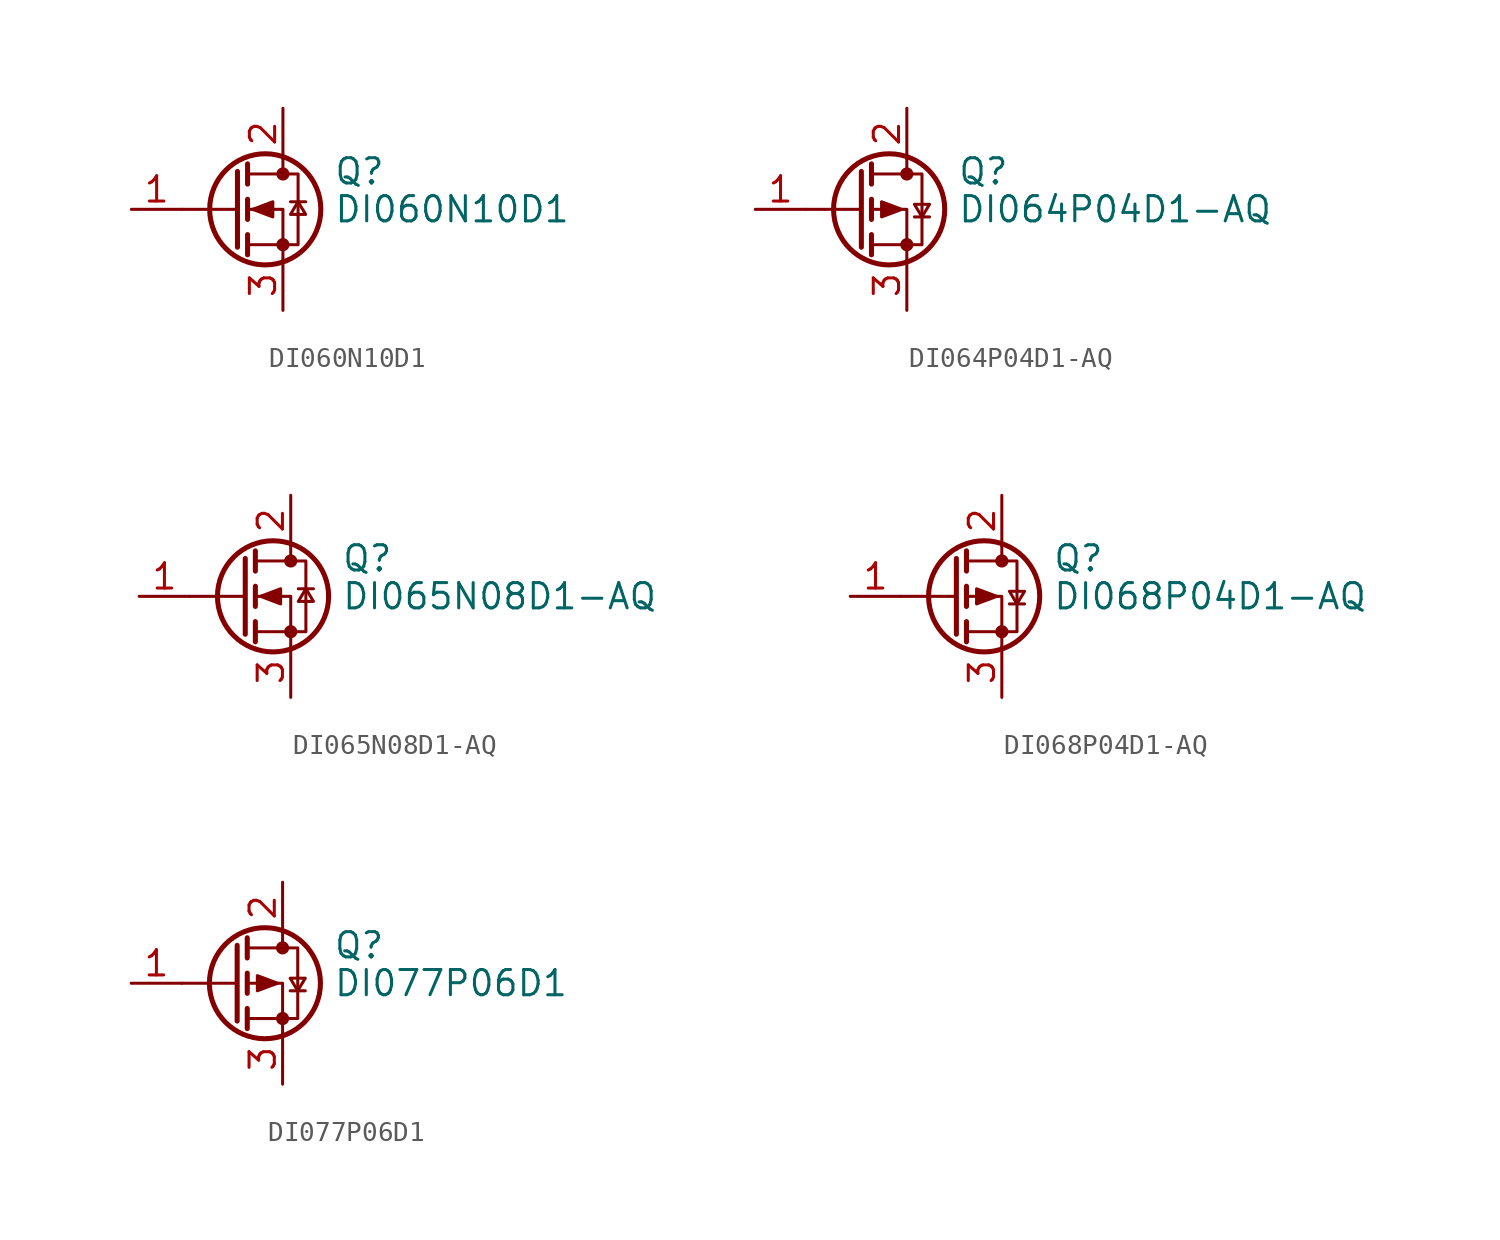
<source format=kicad_sym>
(kicad_symbol_lib
  (version 20241209)
  (generator "kicad_symbol_editor")
  (generator_version "9.0")
  (symbol "DI060N10D1"
    (pin_names
      (offset 0)
      (hide yes))
    (property "Reference" "Q"
      (at 5.08 1.905 0)
      (effects (font (size 1.27 1.27)) (justify left)))
    (property "Value" "DI060N10D1"
      (at 5.08 0 0)
      (effects (font (size 1.27 1.27)) (justify left)))
    (symbol "DI060N10D1_0_1"
      (polyline (pts (xy 0.254 1.905) (xy 0.254 -1.905)) (stroke (width 0.254) (type default)) (fill (type none)))
      (polyline (pts (xy 0.254 0) (xy -2.54 0)) (stroke (width 0) (type default)) (fill (type none)))
      (polyline (pts (xy 0.762 2.286) (xy 0.762 1.27)) (stroke (width 0.254) (type default)) (fill (type none)))
      (polyline (pts (xy 0.762 0.508) (xy 0.762 -0.508)) (stroke (width 0.254) (type default)) (fill (type none)))
      (polyline (pts (xy 0.762 -1.27) (xy 0.762 -2.286)) (stroke (width 0.254) (type default)) (fill (type none)))
      (polyline (pts (xy 0.762 -1.778) (xy 3.302 -1.778) (xy 3.302 1.778) (xy 0.762 1.778)) (stroke (width 0) (type default)) (fill (type none)))
      (polyline (pts (xy 1.016 0) (xy 2.032 0.381) (xy 2.032 -0.381) (xy 1.016 0)) (stroke (width 0) (type default)) (fill (type outline)))
      (circle (center 1.651 0) (radius 2.794) (stroke (width 0.254) (type default)) (fill (type none)))
      (polyline (pts (xy 2.54 2.54) (xy 2.54 1.778)) (stroke (width 0) (type default)) (fill (type none)))
      (circle (center 2.54 1.778) (radius 0.254) (stroke (width 0) (type default)) (fill (type outline)))
      (circle (center 2.54 -1.778) (radius 0.254) (stroke (width 0) (type default)) (fill (type outline)))
      (polyline (pts (xy 2.54 -2.54) (xy 2.54 0) (xy 0.762 0)) (stroke (width 0) (type default)) (fill (type none)))
      (polyline (pts (xy 2.921 0.381) (xy 3.683 0.381)) (stroke (width 0) (type default)) (fill (type none)))
      (polyline (pts (xy 3.302 0.381) (xy 2.921 -0.254) (xy 3.683 -0.254) (xy 3.302 0.381)) (stroke (width 0) (type default)) (fill (type none))))
    (symbol "DI060N10D1_1_1"
      (pin input line (at -5.08 0 0) (length 2.54) (name "G" (effects (font (size 1.27 1.27)))) (number "1" (effects (font (size 1.27 1.27)))))
      (pin passive line (at 2.54 5.08 270) (length 2.54) (name "D" (effects (font (size 1.27 1.27)))) (number "2" (effects (font (size 1.27 1.27)))))
      (pin passive line (at 2.54 -5.08 90) (length 2.54) (name "S" (effects (font (size 1.27 1.27)))) (number "3" (effects (font (size 1.27 1.27)))))))
  (symbol "DI064P04D1-AQ"
    (pin_names
      (offset 0)
      (hide yes))
    (property "Reference" "Q"
      (at 5.08 1.905 0)
      (effects (font (size 1.27 1.27)) (justify left)))
    (property "Value" "DI064P04D1-AQ"
      (at 5.08 0 0)
      (effects (font (size 1.27 1.27)) (justify left)))
    (symbol "DI064P04D1-AQ_0_1"
      (polyline (pts (xy 0.254 1.905) (xy 0.254 -1.905)) (stroke (width 0.254) (type default)) (fill (type none)))
      (polyline (pts (xy 0.254 0) (xy -2.54 0)) (stroke (width 0) (type default)) (fill (type none)))
      (polyline (pts (xy 0.762 2.286) (xy 0.762 1.27)) (stroke (width 0.254) (type default)) (fill (type none)))
      (polyline (pts (xy 0.762 1.778) (xy 3.302 1.778) (xy 3.302 -1.778) (xy 0.762 -1.778)) (stroke (width 0) (type default)) (fill (type none)))
      (polyline (pts (xy 0.762 0.508) (xy 0.762 -0.508)) (stroke (width 0.254) (type default)) (fill (type none)))
      (polyline (pts (xy 0.762 -1.27) (xy 0.762 -2.286)) (stroke (width 0.254) (type default)) (fill (type none)))
      (circle (center 1.651 0) (radius 2.794) (stroke (width 0.254) (type default)) (fill (type none)))
      (polyline (pts (xy 2.286 0) (xy 1.27 0.381) (xy 1.27 -0.381) (xy 2.286 0)) (stroke (width 0) (type default)) (fill (type outline)))
      (polyline (pts (xy 2.54 2.54) (xy 2.54 1.778)) (stroke (width 0) (type default)) (fill (type none)))
      (circle (center 2.54 1.778) (radius 0.254) (stroke (width 0) (type default)) (fill (type outline)))
      (circle (center 2.54 -1.778) (radius 0.254) (stroke (width 0) (type default)) (fill (type outline)))
      (polyline (pts (xy 2.54 -2.54) (xy 2.54 0) (xy 0.762 0)) (stroke (width 0) (type default)) (fill (type none)))
      (polyline (pts (xy 2.921 -0.381) (xy 3.683 -0.381)) (stroke (width 0) (type default)) (fill (type none)))
      (polyline (pts (xy 3.302 -0.381) (xy 2.921 0.254) (xy 3.683 0.254) (xy 3.302 -0.381)) (stroke (width 0) (type default)) (fill (type none))))
    (symbol "DI064P04D1-AQ_1_1"
      (pin input line (at -5.08 0 0) (length 2.54) (name "G" (effects (font (size 1.27 1.27)))) (number "1" (effects (font (size 1.27 1.27)))))
      (pin passive line (at 2.54 5.08 270) (length 2.54) (name "D" (effects (font (size 1.27 1.27)))) (number "2" (effects (font (size 1.27 1.27)))))
      (pin passive line (at 2.54 -5.08 90) (length 2.54) (name "S" (effects (font (size 1.27 1.27)))) (number "3" (effects (font (size 1.27 1.27)))))))
  (symbol "DI065N08D1-AQ"
    (pin_names
      (offset 0)
      (hide yes))
    (property "Reference" "Q"
      (at 5.08 1.905 0)
      (effects (font (size 1.27 1.27)) (justify left)))
    (property "Value" "DI065N08D1-AQ"
      (at 5.08 0 0)
      (effects (font (size 1.27 1.27)) (justify left)))
    (symbol "DI065N08D1-AQ_0_1"
      (polyline (pts (xy 0.254 1.905) (xy 0.254 -1.905)) (stroke (width 0.254) (type default)) (fill (type none)))
      (polyline (pts (xy 0.254 0) (xy -2.54 0)) (stroke (width 0) (type default)) (fill (type none)))
      (polyline (pts (xy 0.762 2.286) (xy 0.762 1.27)) (stroke (width 0.254) (type default)) (fill (type none)))
      (polyline (pts (xy 0.762 0.508) (xy 0.762 -0.508)) (stroke (width 0.254) (type default)) (fill (type none)))
      (polyline (pts (xy 0.762 -1.27) (xy 0.762 -2.286)) (stroke (width 0.254) (type default)) (fill (type none)))
      (polyline (pts (xy 0.762 -1.778) (xy 3.302 -1.778) (xy 3.302 1.778) (xy 0.762 1.778)) (stroke (width 0) (type default)) (fill (type none)))
      (polyline (pts (xy 1.016 0) (xy 2.032 0.381) (xy 2.032 -0.381) (xy 1.016 0)) (stroke (width 0) (type default)) (fill (type outline)))
      (circle (center 1.651 0) (radius 2.794) (stroke (width 0.254) (type default)) (fill (type none)))
      (polyline (pts (xy 2.54 2.54) (xy 2.54 1.778)) (stroke (width 0) (type default)) (fill (type none)))
      (circle (center 2.54 1.778) (radius 0.254) (stroke (width 0) (type default)) (fill (type outline)))
      (circle (center 2.54 -1.778) (radius 0.254) (stroke (width 0) (type default)) (fill (type outline)))
      (polyline (pts (xy 2.54 -2.54) (xy 2.54 0) (xy 0.762 0)) (stroke (width 0) (type default)) (fill (type none)))
      (polyline (pts (xy 2.921 0.381) (xy 3.683 0.381)) (stroke (width 0) (type default)) (fill (type none)))
      (polyline (pts (xy 3.302 0.381) (xy 2.921 -0.254) (xy 3.683 -0.254) (xy 3.302 0.381)) (stroke (width 0) (type default)) (fill (type none))))
    (symbol "DI065N08D1-AQ_1_1"
      (pin input line (at -5.08 0 0) (length 2.54) (name "G" (effects (font (size 1.27 1.27)))) (number "1" (effects (font (size 1.27 1.27)))))
      (pin passive line (at 2.54 5.08 270) (length 2.54) (name "D" (effects (font (size 1.27 1.27)))) (number "2" (effects (font (size 1.27 1.27)))))
      (pin passive line (at 2.54 -5.08 90) (length 2.54) (name "S" (effects (font (size 1.27 1.27)))) (number "3" (effects (font (size 1.27 1.27)))))))
  (symbol "DI068P04D1-AQ"
    (pin_names
      (offset 0)
      (hide yes))
    (property "Reference" "Q"
      (at 5.08 1.905 0)
      (effects (font (size 1.27 1.27)) (justify left)))
    (property "Value" "DI068P04D1-AQ"
      (at 5.08 0 0)
      (effects (font (size 1.27 1.27)) (justify left)))
    (symbol "DI068P04D1-AQ_0_1"
      (polyline (pts (xy 0.254 1.905) (xy 0.254 -1.905)) (stroke (width 0.254) (type default)) (fill (type none)))
      (polyline (pts (xy 0.254 0) (xy -2.54 0)) (stroke (width 0) (type default)) (fill (type none)))
      (polyline (pts (xy 0.762 2.286) (xy 0.762 1.27)) (stroke (width 0.254) (type default)) (fill (type none)))
      (polyline (pts (xy 0.762 1.778) (xy 3.302 1.778) (xy 3.302 -1.778) (xy 0.762 -1.778)) (stroke (width 0) (type default)) (fill (type none)))
      (polyline (pts (xy 0.762 0.508) (xy 0.762 -0.508)) (stroke (width 0.254) (type default)) (fill (type none)))
      (polyline (pts (xy 0.762 -1.27) (xy 0.762 -2.286)) (stroke (width 0.254) (type default)) (fill (type none)))
      (circle (center 1.651 0) (radius 2.794) (stroke (width 0.254) (type default)) (fill (type none)))
      (polyline (pts (xy 2.286 0) (xy 1.27 0.381) (xy 1.27 -0.381) (xy 2.286 0)) (stroke (width 0) (type default)) (fill (type outline)))
      (polyline (pts (xy 2.54 2.54) (xy 2.54 1.778)) (stroke (width 0) (type default)) (fill (type none)))
      (circle (center 2.54 1.778) (radius 0.254) (stroke (width 0) (type default)) (fill (type outline)))
      (circle (center 2.54 -1.778) (radius 0.254) (stroke (width 0) (type default)) (fill (type outline)))
      (polyline (pts (xy 2.54 -2.54) (xy 2.54 0) (xy 0.762 0)) (stroke (width 0) (type default)) (fill (type none)))
      (polyline (pts (xy 2.921 -0.381) (xy 3.683 -0.381)) (stroke (width 0) (type default)) (fill (type none)))
      (polyline (pts (xy 3.302 -0.381) (xy 2.921 0.254) (xy 3.683 0.254) (xy 3.302 -0.381)) (stroke (width 0) (type default)) (fill (type none))))
    (symbol "DI068P04D1-AQ_1_1"
      (pin input line (at -5.08 0 0) (length 2.54) (name "G" (effects (font (size 1.27 1.27)))) (number "1" (effects (font (size 1.27 1.27)))))
      (pin passive line (at 2.54 5.08 270) (length 2.54) (name "D" (effects (font (size 1.27 1.27)))) (number "2" (effects (font (size 1.27 1.27)))))
      (pin passive line (at 2.54 -5.08 90) (length 2.54) (name "S" (effects (font (size 1.27 1.27)))) (number "3" (effects (font (size 1.27 1.27)))))))
  (symbol "DI077P06D1"
    (pin_names
      (offset 0)
      (hide yes))
    (property "Reference" "Q"
      (at 5.08 1.905 0)
      (effects (font (size 1.27 1.27)) (justify left)))
    (property "Value" "DI077P06D1"
      (at 5.08 0 0)
      (effects (font (size 1.27 1.27)) (justify left)))
    (symbol "DI077P06D1_0_1"
      (polyline (pts (xy 0.254 1.905) (xy 0.254 -1.905)) (stroke (width 0.254) (type default)) (fill (type none)))
      (polyline (pts (xy 0.254 0) (xy -2.54 0)) (stroke (width 0) (type default)) (fill (type none)))
      (polyline (pts (xy 0.762 2.286) (xy 0.762 1.27)) (stroke (width 0.254) (type default)) (fill (type none)))
      (polyline (pts (xy 0.762 1.778) (xy 3.302 1.778) (xy 3.302 -1.778) (xy 0.762 -1.778)) (stroke (width 0) (type default)) (fill (type none)))
      (polyline (pts (xy 0.762 0.508) (xy 0.762 -0.508)) (stroke (width 0.254) (type default)) (fill (type none)))
      (polyline (pts (xy 0.762 -1.27) (xy 0.762 -2.286)) (stroke (width 0.254) (type default)) (fill (type none)))
      (circle (center 1.651 0) (radius 2.794) (stroke (width 0.254) (type default)) (fill (type none)))
      (polyline (pts (xy 2.286 0) (xy 1.27 0.381) (xy 1.27 -0.381) (xy 2.286 0)) (stroke (width 0) (type default)) (fill (type outline)))
      (polyline (pts (xy 2.54 2.54) (xy 2.54 1.778)) (stroke (width 0) (type default)) (fill (type none)))
      (circle (center 2.54 1.778) (radius 0.254) (stroke (width 0) (type default)) (fill (type outline)))
      (circle (center 2.54 -1.778) (radius 0.254) (stroke (width 0) (type default)) (fill (type outline)))
      (polyline (pts (xy 2.54 -2.54) (xy 2.54 0) (xy 0.762 0)) (stroke (width 0) (type default)) (fill (type none)))
      (polyline (pts (xy 2.921 -0.381) (xy 3.683 -0.381)) (stroke (width 0) (type default)) (fill (type none)))
      (polyline (pts (xy 3.302 -0.381) (xy 2.921 0.254) (xy 3.683 0.254) (xy 3.302 -0.381)) (stroke (width 0) (type default)) (fill (type none))))
    (symbol "DI077P06D1_1_1"
      (pin input line (at -5.08 0 0) (length 2.54) (name "G" (effects (font (size 1.27 1.27)))) (number "1" (effects (font (size 1.27 1.27)))))
      (pin passive line (at 2.54 5.08 270) (length 2.54) (name "D" (effects (font (size 1.27 1.27)))) (number "2" (effects (font (size 1.27 1.27)))))
      (pin passive line (at 2.54 -5.08 90) (length 2.54) (name "S" (effects (font (size 1.27 1.27)))) (number "3" (effects (font (size 1.27 1.27))))))))
</source>
